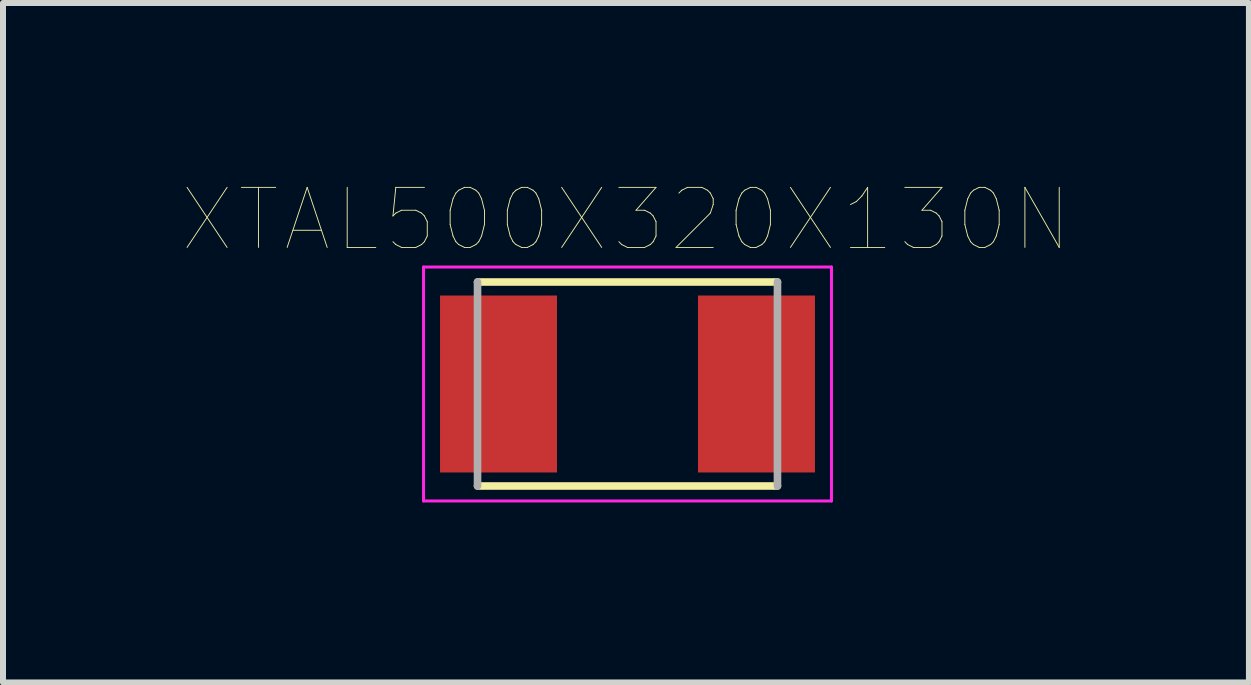
<source format=kicad_pcb>
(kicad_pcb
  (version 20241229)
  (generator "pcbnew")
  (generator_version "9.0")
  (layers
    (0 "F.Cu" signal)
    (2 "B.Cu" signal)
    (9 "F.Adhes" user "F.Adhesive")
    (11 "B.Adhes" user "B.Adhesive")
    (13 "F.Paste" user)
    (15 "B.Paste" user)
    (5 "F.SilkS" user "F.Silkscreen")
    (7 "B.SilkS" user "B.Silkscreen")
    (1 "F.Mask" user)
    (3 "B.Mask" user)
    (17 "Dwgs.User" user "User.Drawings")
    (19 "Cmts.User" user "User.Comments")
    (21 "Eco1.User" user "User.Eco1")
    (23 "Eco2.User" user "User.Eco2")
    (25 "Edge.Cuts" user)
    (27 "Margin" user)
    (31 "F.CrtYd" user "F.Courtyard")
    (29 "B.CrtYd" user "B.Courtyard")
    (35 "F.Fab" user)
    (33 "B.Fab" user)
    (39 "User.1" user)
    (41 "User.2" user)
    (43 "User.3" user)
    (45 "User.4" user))
  (footprint "XTAL500X320X130N"
    (layer "F.Cu")
    (at 7.41 3.351)
    (property "Reference" "XTAL500X320X130N" (at -0.025 -2.739 0) (layer "F.SilkS") (effects (font (size 1.001 1.001) (thickness 0.015))))
    (attr through_hole)
    (fp_line (start -2.5 -1.7) (end 2.5 -1.7) (stroke (width 0.127) (type solid)) (layer "F.SilkS"))
    (fp_line (start 2.5 1.7) (end -2.5 1.7) (stroke (width 0.127) (type solid)) (layer "F.SilkS"))
    (fp_line (start -3.4 -1.95) (end 3.4 -1.95) (stroke (width 0.05) (type solid)) (layer "F.CrtYd"))
    (fp_line (start -3.4 1.95) (end -3.4 -1.95) (stroke (width 0.05) (type solid)) (layer "F.CrtYd"))
    (fp_line (start 3.4 -1.95) (end 3.4 1.95) (stroke (width 0.05) (type solid)) (layer "F.CrtYd"))
    (fp_line (start 3.4 1.95) (end -3.4 1.95) (stroke (width 0.05) (type solid)) (layer "F.CrtYd"))
    (fp_line (start -2.5 1.7) (end -2.5 -1.7) (stroke (width 0.127) (type solid)) (layer "F.Fab"))
    (fp_line (start 2.5 -1.7) (end 2.5 1.7) (stroke (width 0.127) (type solid)) (layer "F.Fab"))
    (pad "1" smd rect (at -2.15 0) (size 1.95 2.95) (layers "F.Cu" "F.Mask" "F.Paste"))
    (pad "2" smd rect (at 2.15 0) (size 1.95 2.95) (layers "F.Cu" "F.Mask" "F.Paste")))
  (gr_rect
    (start -3 -3)
    (end 17.769 8.326)
    (stroke (width 0.1) (type default))
    (fill no)
    (layer "Edge.Cuts")))
</source>
